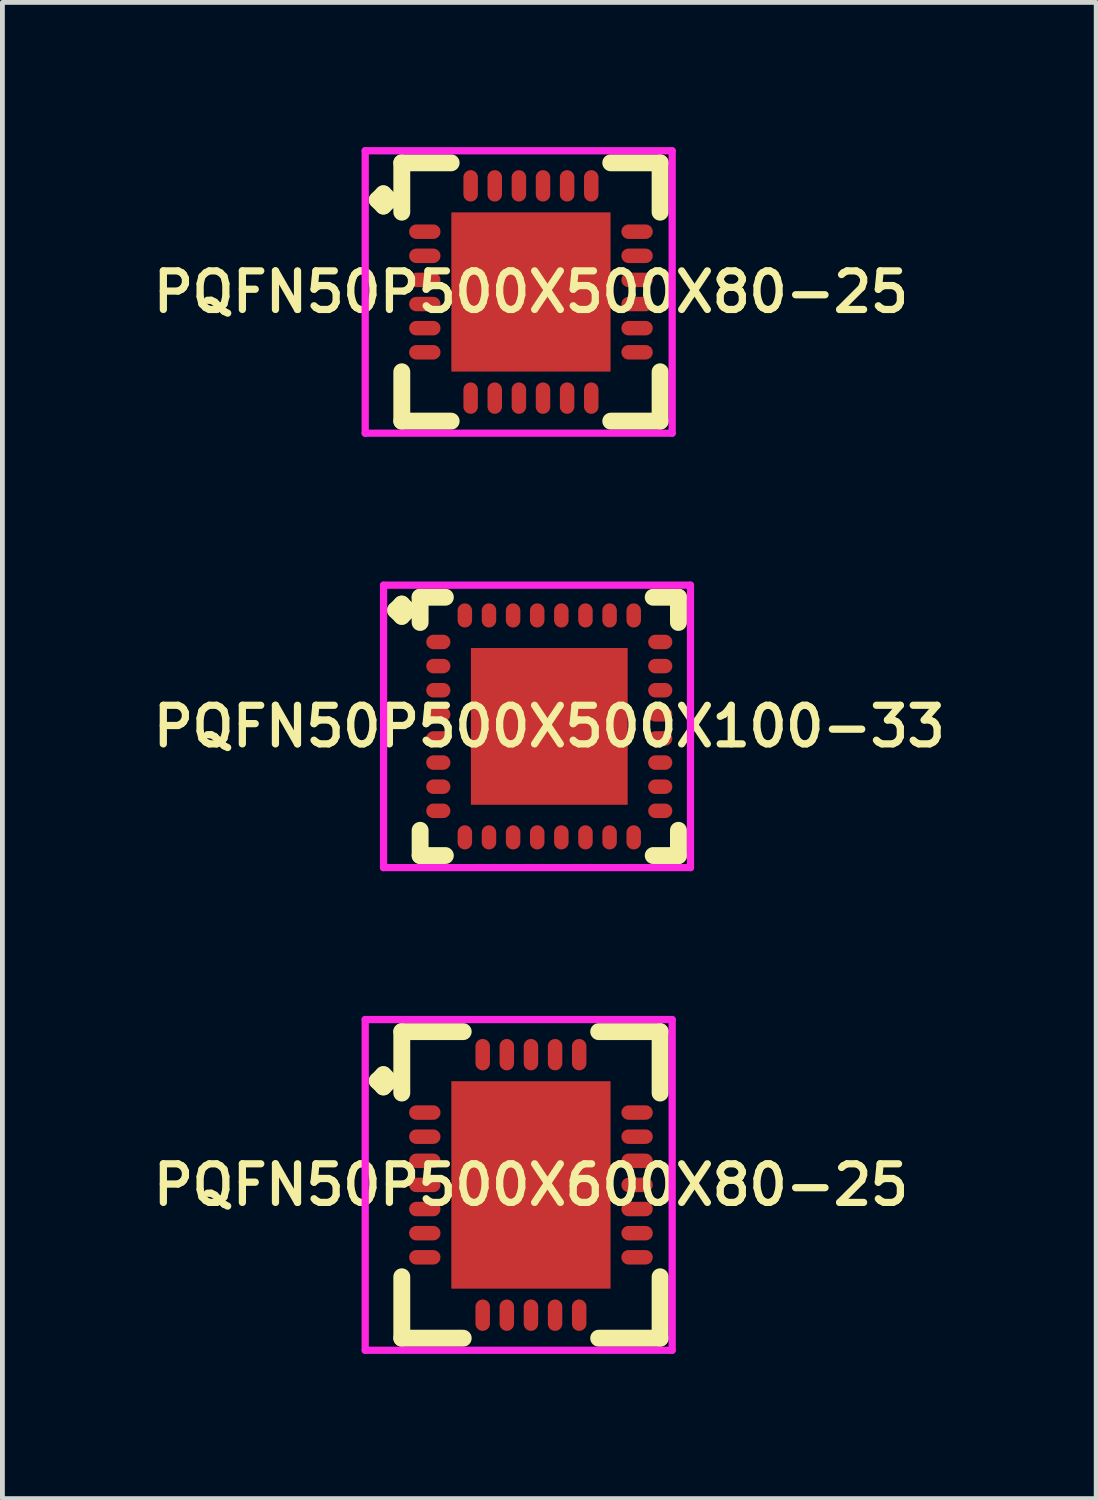
<source format=kicad_pcb>
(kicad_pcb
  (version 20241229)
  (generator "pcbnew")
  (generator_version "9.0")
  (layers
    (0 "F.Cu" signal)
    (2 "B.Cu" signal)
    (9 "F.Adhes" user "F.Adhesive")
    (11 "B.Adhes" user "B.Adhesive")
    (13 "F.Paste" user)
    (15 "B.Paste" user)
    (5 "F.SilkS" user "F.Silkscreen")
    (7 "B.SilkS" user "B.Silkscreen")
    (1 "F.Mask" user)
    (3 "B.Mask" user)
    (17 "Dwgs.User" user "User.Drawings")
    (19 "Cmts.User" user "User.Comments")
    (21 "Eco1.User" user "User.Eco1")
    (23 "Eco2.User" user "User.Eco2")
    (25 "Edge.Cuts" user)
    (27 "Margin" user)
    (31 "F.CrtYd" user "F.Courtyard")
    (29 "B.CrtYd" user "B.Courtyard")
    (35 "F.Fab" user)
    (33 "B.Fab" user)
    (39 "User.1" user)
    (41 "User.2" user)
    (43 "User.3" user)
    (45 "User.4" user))
  (footprint "PQFN50P500X600X80-25"
    (layer "F.Cu")
    (at 7.955 21.51)
    (property "Reference" "PQFN50P500X600X80-25" (at 0 0 0) (layer "F.SilkS") (effects (font (size 0.8 0.8) (thickness 0.15))))
    (attr through_hole)
    (fp_line (start -3.185 -2.158) (end -3.058 -2.285) (stroke (width 0.35) (type solid)) (layer "F.SilkS"))
    (fp_line (start -3.058 -2.285) (end -2.931 -2.158) (stroke (width 0.35) (type solid)) (layer "F.SilkS"))
    (fp_line (start -3.058 -2.031) (end -3.185 -2.158) (stroke (width 0.35) (type solid)) (layer "F.SilkS"))
    (fp_line (start -2.931 -2.158) (end -3.058 -2.031) (stroke (width 0.35) (type solid)) (layer "F.SilkS"))
    (fp_line (start -2.677 -3.177) (end -1.404 -3.177) (stroke (width 0.35) (type solid)) (layer "F.SilkS"))
    (fp_line (start -2.677 -1.904) (end -2.677 -3.177) (stroke (width 0.35) (type solid)) (layer "F.SilkS"))
    (fp_line (start -2.677 1.904) (end -2.677 3.177) (stroke (width 0.35) (type solid)) (layer "F.SilkS"))
    (fp_line (start -2.677 3.177) (end -1.404 3.177) (stroke (width 0.35) (type solid)) (layer "F.SilkS"))
    (fp_line (start 1.404 -3.177) (end 2.677 -3.177) (stroke (width 0.35) (type solid)) (layer "F.SilkS"))
    (fp_line (start 1.404 3.177) (end 2.677 3.177) (stroke (width 0.35) (type solid)) (layer "F.SilkS"))
    (fp_line (start 2.677 -3.177) (end 2.677 -1.904) (stroke (width 0.35) (type solid)) (layer "F.SilkS"))
    (fp_line (start 2.677 3.177) (end 2.677 1.904) (stroke (width 0.35) (type solid)) (layer "F.SilkS"))
    (fp_line (start -3.435 -3.427) (end 2.927 -3.427) (stroke (width 0.15) (type solid)) (layer "F.CrtYd"))
    (fp_line (start -3.435 3.427) (end -3.435 -3.427) (stroke (width 0.15) (type solid)) (layer "F.CrtYd"))
    (fp_line (start 2.927 -3.427) (end 2.927 3.427) (stroke (width 0.15) (type solid)) (layer "F.CrtYd"))
    (fp_line (start 2.927 3.427) (end -3.435 3.427) (stroke (width 0.15) (type solid)) (layer "F.CrtYd"))
    (pad "1" smd oval (at -2.2 -1.5) (size 0.65 0.3) (layers "F.Cu" "F.Mask" "F.Paste"))
    (pad "2" smd oval (at -2.2 -1) (size 0.65 0.3) (layers "F.Cu" "F.Mask" "F.Paste"))
    (pad "3" smd oval (at -2.2 -0.5) (size 0.65 0.3) (layers "F.Cu" "F.Mask" "F.Paste"))
    (pad "4" smd oval (at -2.2 0) (size 0.65 0.3) (layers "F.Cu" "F.Mask" "F.Paste"))
    (pad "5" smd oval (at -2.2 0.5) (size 0.65 0.3) (layers "F.Cu" "F.Mask" "F.Paste"))
    (pad "6" smd oval (at -2.2 1) (size 0.65 0.3) (layers "F.Cu" "F.Mask" "F.Paste"))
    (pad "7" smd oval (at -2.2 1.5) (size 0.65 0.3) (layers "F.Cu" "F.Mask" "F.Paste"))
    (pad "8" smd oval (at -1 2.7) (size 0.3 0.65) (layers "F.Cu" "F.Mask" "F.Paste"))
    (pad "9" smd oval (at -0.5 2.7) (size 0.3 0.65) (layers "F.Cu" "F.Mask" "F.Paste"))
    (pad "10" smd oval (at 0 2.7) (size 0.3 0.65) (layers "F.Cu" "F.Mask" "F.Paste"))
    (pad "11" smd oval (at 0.5 2.7) (size 0.3 0.65) (layers "F.Cu" "F.Mask" "F.Paste"))
    (pad "12" smd oval (at 1 2.7) (size 0.3 0.65) (layers "F.Cu" "F.Mask" "F.Paste"))
    (pad "13" smd oval (at 2.2 1.5) (size 0.65 0.3) (layers "F.Cu" "F.Mask" "F.Paste"))
    (pad "14" smd oval (at 2.2 1) (size 0.65 0.3) (layers "F.Cu" "F.Mask" "F.Paste"))
    (pad "15" smd oval (at 2.2 0.5) (size 0.65 0.3) (layers "F.Cu" "F.Mask" "F.Paste"))
    (pad "16" smd oval (at 2.2 0) (size 0.65 0.3) (layers "F.Cu" "F.Mask" "F.Paste"))
    (pad "17" smd oval (at 2.2 -0.5) (size 0.65 0.3) (layers "F.Cu" "F.Mask" "F.Paste"))
    (pad "18" smd oval (at 2.2 -1) (size 0.65 0.3) (layers "F.Cu" "F.Mask" "F.Paste"))
    (pad "19" smd oval (at 2.2 -1.5) (size 0.65 0.3) (layers "F.Cu" "F.Mask" "F.Paste"))
    (pad "20" smd oval (at 1 -2.7) (size 0.3 0.65) (layers "F.Cu" "F.Mask" "F.Paste"))
    (pad "21" smd oval (at 0.5 -2.7) (size 0.3 0.65) (layers "F.Cu" "F.Mask" "F.Paste"))
    (pad "22" smd oval (at 0 -2.7) (size 0.3 0.65) (layers "F.Cu" "F.Mask" "F.Paste"))
    (pad "23" smd oval (at -0.5 -2.7) (size 0.3 0.65) (layers "F.Cu" "F.Mask" "F.Paste"))
    (pad "24" smd oval (at -1 -2.7) (size 0.3 0.65) (layers "F.Cu" "F.Mask" "F.Paste"))
    (pad "25" smd rect (at 0 0) (size 3.3 4.3) (layers "F.Cu" "F.Mask" "F.Paste")))
  (footprint "PQFN50P500X500X100-33"
    (layer "F.Cu")
    (at 8.335 12.006)
    (property "Reference" "PQFN50P500X500X100-33" (at 0 0 0) (layer "F.SilkS") (effects (font (size 0.8 0.8) (thickness 0.15))))
    (attr smd)
    (fp_line (start -3.185 -2.408) (end -3.058 -2.535) (stroke (width 0.35) (type solid)) (layer "F.SilkS"))
    (fp_line (start -3.058 -2.535) (end -2.931 -2.408) (stroke (width 0.35) (type solid)) (layer "F.SilkS"))
    (fp_line (start -3.058 -2.281) (end -3.185 -2.408) (stroke (width 0.35) (type solid)) (layer "F.SilkS"))
    (fp_line (start -2.931 -2.408) (end -3.058 -2.281) (stroke (width 0.35) (type solid)) (layer "F.SilkS"))
    (fp_line (start -2.677 -2.677) (end -2.154 -2.677) (stroke (width 0.35) (type solid)) (layer "F.SilkS"))
    (fp_line (start -2.677 -2.154) (end -2.677 -2.677) (stroke (width 0.35) (type solid)) (layer "F.SilkS"))
    (fp_line (start -2.677 2.154) (end -2.677 2.677) (stroke (width 0.35) (type solid)) (layer "F.SilkS"))
    (fp_line (start -2.677 2.677) (end -2.154 2.677) (stroke (width 0.35) (type solid)) (layer "F.SilkS"))
    (fp_line (start 2.154 -2.677) (end 2.677 -2.677) (stroke (width 0.35) (type solid)) (layer "F.SilkS"))
    (fp_line (start 2.154 2.677) (end 2.677 2.677) (stroke (width 0.35) (type solid)) (layer "F.SilkS"))
    (fp_line (start 2.677 -2.677) (end 2.677 -2.154) (stroke (width 0.35) (type solid)) (layer "F.SilkS"))
    (fp_line (start 2.677 2.677) (end 2.677 2.154) (stroke (width 0.35) (type solid)) (layer "F.SilkS"))
    (fp_line (start -3.435 -2.927) (end 2.927 -2.927) (stroke (width 0.15) (type solid)) (layer "F.CrtYd"))
    (fp_line (start -3.435 2.927) (end -3.435 -2.927) (stroke (width 0.15) (type solid)) (layer "F.CrtYd"))
    (fp_line (start 2.927 -2.927) (end 2.927 2.927) (stroke (width 0.15) (type solid)) (layer "F.CrtYd"))
    (fp_line (start 2.927 2.927) (end -3.435 2.927) (stroke (width 0.15) (type solid)) (layer "F.CrtYd"))
    (pad "1" smd oval (at -2.3 -1.75) (size 0.5 0.3) (layers "F.Cu" "F.Mask" "F.Paste"))
    (pad "2" smd oval (at -2.3 -1.25) (size 0.5 0.3) (layers "F.Cu" "F.Mask" "F.Paste"))
    (pad "3" smd oval (at -2.3 -0.75) (size 0.5 0.3) (layers "F.Cu" "F.Mask" "F.Paste"))
    (pad "4" smd oval (at -2.3 -0.25) (size 0.5 0.3) (layers "F.Cu" "F.Mask" "F.Paste"))
    (pad "5" smd oval (at -2.3 0.25) (size 0.5 0.3) (layers "F.Cu" "F.Mask" "F.Paste"))
    (pad "6" smd oval (at -2.3 0.75) (size 0.5 0.3) (layers "F.Cu" "F.Mask" "F.Paste"))
    (pad "7" smd oval (at -2.3 1.25) (size 0.5 0.3) (layers "F.Cu" "F.Mask" "F.Paste"))
    (pad "8" smd oval (at -2.3 1.75) (size 0.5 0.3) (layers "F.Cu" "F.Mask" "F.Paste"))
    (pad "9" smd oval (at -1.75 2.3) (size 0.3 0.5) (layers "F.Cu" "F.Mask" "F.Paste"))
    (pad "10" smd oval (at -1.25 2.3) (size 0.3 0.5) (layers "F.Cu" "F.Mask" "F.Paste"))
    (pad "11" smd oval (at -0.75 2.3) (size 0.3 0.5) (layers "F.Cu" "F.Mask" "F.Paste"))
    (pad "12" smd oval (at -0.25 2.3) (size 0.3 0.5) (layers "F.Cu" "F.Mask" "F.Paste"))
    (pad "13" smd oval (at 0.25 2.3) (size 0.3 0.5) (layers "F.Cu" "F.Mask" "F.Paste"))
    (pad "14" smd oval (at 0.75 2.3) (size 0.3 0.5) (layers "F.Cu" "F.Mask" "F.Paste"))
    (pad "15" smd oval (at 1.25 2.3) (size 0.3 0.5) (layers "F.Cu" "F.Mask" "F.Paste"))
    (pad "16" smd oval (at 1.75 2.3) (size 0.3 0.5) (layers "F.Cu" "F.Mask" "F.Paste"))
    (pad "17" smd oval (at 2.3 1.75) (size 0.5 0.3) (layers "F.Cu" "F.Mask" "F.Paste"))
    (pad "18" smd oval (at 2.3 1.25) (size 0.5 0.3) (layers "F.Cu" "F.Mask" "F.Paste"))
    (pad "19" smd oval (at 2.3 0.75) (size 0.5 0.3) (layers "F.Cu" "F.Mask" "F.Paste"))
    (pad "20" smd oval (at 2.3 0.25) (size 0.5 0.3) (layers "F.Cu" "F.Mask" "F.Paste"))
    (pad "21" smd oval (at 2.3 -0.25) (size 0.5 0.3) (layers "F.Cu" "F.Mask" "F.Paste"))
    (pad "22" smd oval (at 2.3 -0.75) (size 0.5 0.3) (layers "F.Cu" "F.Mask" "F.Paste"))
    (pad "23" smd oval (at 2.3 -1.25) (size 0.5 0.3) (layers "F.Cu" "F.Mask" "F.Paste"))
    (pad "24" smd oval (at 2.3 -1.75) (size 0.5 0.3) (layers "F.Cu" "F.Mask" "F.Paste"))
    (pad "25" smd oval (at 1.75 -2.3) (size 0.3 0.5) (layers "F.Cu" "F.Mask" "F.Paste"))
    (pad "26" smd oval (at 1.25 -2.3) (size 0.3 0.5) (layers "F.Cu" "F.Mask" "F.Paste"))
    (pad "27" smd oval (at 0.75 -2.3) (size 0.3 0.5) (layers "F.Cu" "F.Mask" "F.Paste"))
    (pad "28" smd oval (at 0.25 -2.3) (size 0.3 0.5) (layers "F.Cu" "F.Mask" "F.Paste"))
    (pad "29" smd oval (at -0.25 -2.3) (size 0.3 0.5) (layers "F.Cu" "F.Mask" "F.Paste"))
    (pad "30" smd oval (at -0.75 -2.3) (size 0.3 0.5) (layers "F.Cu" "F.Mask" "F.Paste"))
    (pad "31" smd oval (at -1.25 -2.3) (size 0.3 0.5) (layers "F.Cu" "F.Mask" "F.Paste"))
    (pad "32" smd oval (at -1.75 -2.3) (size 0.3 0.5) (layers "F.Cu" "F.Mask" "F.Paste"))
    (pad "33" smd rect (at 0 0) (size 3.25 3.25) (layers "F.Cu" "F.Mask" "F.Paste")))
  (footprint "PQFN50P500X500X80-25"
    (layer "F.Cu")
    (at 7.955 3.002)
    (property "Reference" "PQFN50P500X500X80-25" (at 0 0 0) (layer "F.SilkS") (effects (font (size 0.8 0.8) (thickness 0.15))))
    (attr through_hole)
    (fp_line (start -3.185 -1.908) (end -3.058 -2.035) (stroke (width 0.35) (type solid)) (layer "F.SilkS"))
    (fp_line (start -3.058 -2.035) (end -2.931 -1.908) (stroke (width 0.35) (type solid)) (layer "F.SilkS"))
    (fp_line (start -3.058 -1.781) (end -3.185 -1.908) (stroke (width 0.35) (type solid)) (layer "F.SilkS"))
    (fp_line (start -2.931 -1.908) (end -3.058 -1.781) (stroke (width 0.35) (type solid)) (layer "F.SilkS"))
    (fp_line (start -2.677 -2.677) (end -1.654 -2.677) (stroke (width 0.35) (type solid)) (layer "F.SilkS"))
    (fp_line (start -2.677 -1.654) (end -2.677 -2.677) (stroke (width 0.35) (type solid)) (layer "F.SilkS"))
    (fp_line (start -2.677 1.654) (end -2.677 2.677) (stroke (width 0.35) (type solid)) (layer "F.SilkS"))
    (fp_line (start -2.677 2.677) (end -1.654 2.677) (stroke (width 0.35) (type solid)) (layer "F.SilkS"))
    (fp_line (start 1.654 -2.677) (end 2.677 -2.677) (stroke (width 0.35) (type solid)) (layer "F.SilkS"))
    (fp_line (start 1.654 2.677) (end 2.677 2.677) (stroke (width 0.35) (type solid)) (layer "F.SilkS"))
    (fp_line (start 2.677 -2.677) (end 2.677 -1.654) (stroke (width 0.35) (type solid)) (layer "F.SilkS"))
    (fp_line (start 2.677 2.677) (end 2.677 1.654) (stroke (width 0.35) (type solid)) (layer "F.SilkS"))
    (fp_line (start -3.435 -2.927) (end 2.927 -2.927) (stroke (width 0.15) (type solid)) (layer "F.CrtYd"))
    (fp_line (start -3.435 2.927) (end -3.435 -2.927) (stroke (width 0.15) (type solid)) (layer "F.CrtYd"))
    (fp_line (start 2.927 -2.927) (end 2.927 2.927) (stroke (width 0.15) (type solid)) (layer "F.CrtYd"))
    (fp_line (start 2.927 2.927) (end -3.435 2.927) (stroke (width 0.15) (type solid)) (layer "F.CrtYd"))
    (pad "1" smd oval (at -2.2 -1.25) (size 0.65 0.3) (layers "F.Cu" "F.Mask" "F.Paste"))
    (pad "2" smd oval (at -2.2 -0.75) (size 0.65 0.3) (layers "F.Cu" "F.Mask" "F.Paste"))
    (pad "3" smd oval (at -2.2 -0.25) (size 0.65 0.3) (layers "F.Cu" "F.Mask" "F.Paste"))
    (pad "4" smd oval (at -2.2 0.25) (size 0.65 0.3) (layers "F.Cu" "F.Mask" "F.Paste"))
    (pad "5" smd oval (at -2.2 0.75) (size 0.65 0.3) (layers "F.Cu" "F.Mask" "F.Paste"))
    (pad "6" smd oval (at -2.2 1.25) (size 0.65 0.3) (layers "F.Cu" "F.Mask" "F.Paste"))
    (pad "7" smd oval (at -1.25 2.2) (size 0.3 0.65) (layers "F.Cu" "F.Mask" "F.Paste"))
    (pad "8" smd oval (at -0.75 2.2) (size 0.3 0.65) (layers "F.Cu" "F.Mask" "F.Paste"))
    (pad "9" smd oval (at -0.25 2.2) (size 0.3 0.65) (layers "F.Cu" "F.Mask" "F.Paste"))
    (pad "10" smd oval (at 0.25 2.2) (size 0.3 0.65) (layers "F.Cu" "F.Mask" "F.Paste"))
    (pad "11" smd oval (at 0.75 2.2) (size 0.3 0.65) (layers "F.Cu" "F.Mask" "F.Paste"))
    (pad "12" smd oval (at 1.25 2.2) (size 0.3 0.65) (layers "F.Cu" "F.Mask" "F.Paste"))
    (pad "13" smd oval (at 2.2 1.25) (size 0.65 0.3) (layers "F.Cu" "F.Mask" "F.Paste"))
    (pad "14" smd oval (at 2.2 0.75) (size 0.65 0.3) (layers "F.Cu" "F.Mask" "F.Paste"))
    (pad "15" smd oval (at 2.2 0.25) (size 0.65 0.3) (layers "F.Cu" "F.Mask" "F.Paste"))
    (pad "16" smd oval (at 2.2 -0.25) (size 0.65 0.3) (layers "F.Cu" "F.Mask" "F.Paste"))
    (pad "17" smd oval (at 2.2 -0.75) (size 0.65 0.3) (layers "F.Cu" "F.Mask" "F.Paste"))
    (pad "18" smd oval (at 2.2 -1.25) (size 0.65 0.3) (layers "F.Cu" "F.Mask" "F.Paste"))
    (pad "19" smd oval (at 1.25 -2.2) (size 0.3 0.65) (layers "F.Cu" "F.Mask" "F.Paste"))
    (pad "20" smd oval (at 0.75 -2.2) (size 0.3 0.65) (layers "F.Cu" "F.Mask" "F.Paste"))
    (pad "21" smd oval (at 0.25 -2.2) (size 0.3 0.65) (layers "F.Cu" "F.Mask" "F.Paste"))
    (pad "22" smd oval (at -0.25 -2.2) (size 0.3 0.65) (layers "F.Cu" "F.Mask" "F.Paste"))
    (pad "23" smd oval (at -0.75 -2.2) (size 0.3 0.65) (layers "F.Cu" "F.Mask" "F.Paste"))
    (pad "24" smd oval (at -1.25 -2.2) (size 0.3 0.65) (layers "F.Cu" "F.Mask" "F.Paste"))
    (pad "25" smd rect (at 0 0) (size 3.3 3.3) (layers "F.Cu" "F.Mask" "F.Paste")))
  (gr_rect
    (start -3 -3)
    (end 19.671 28.012)
    (stroke (width 0.1) (type default))
    (fill no)
    (layer "Edge.Cuts")))
</source>
